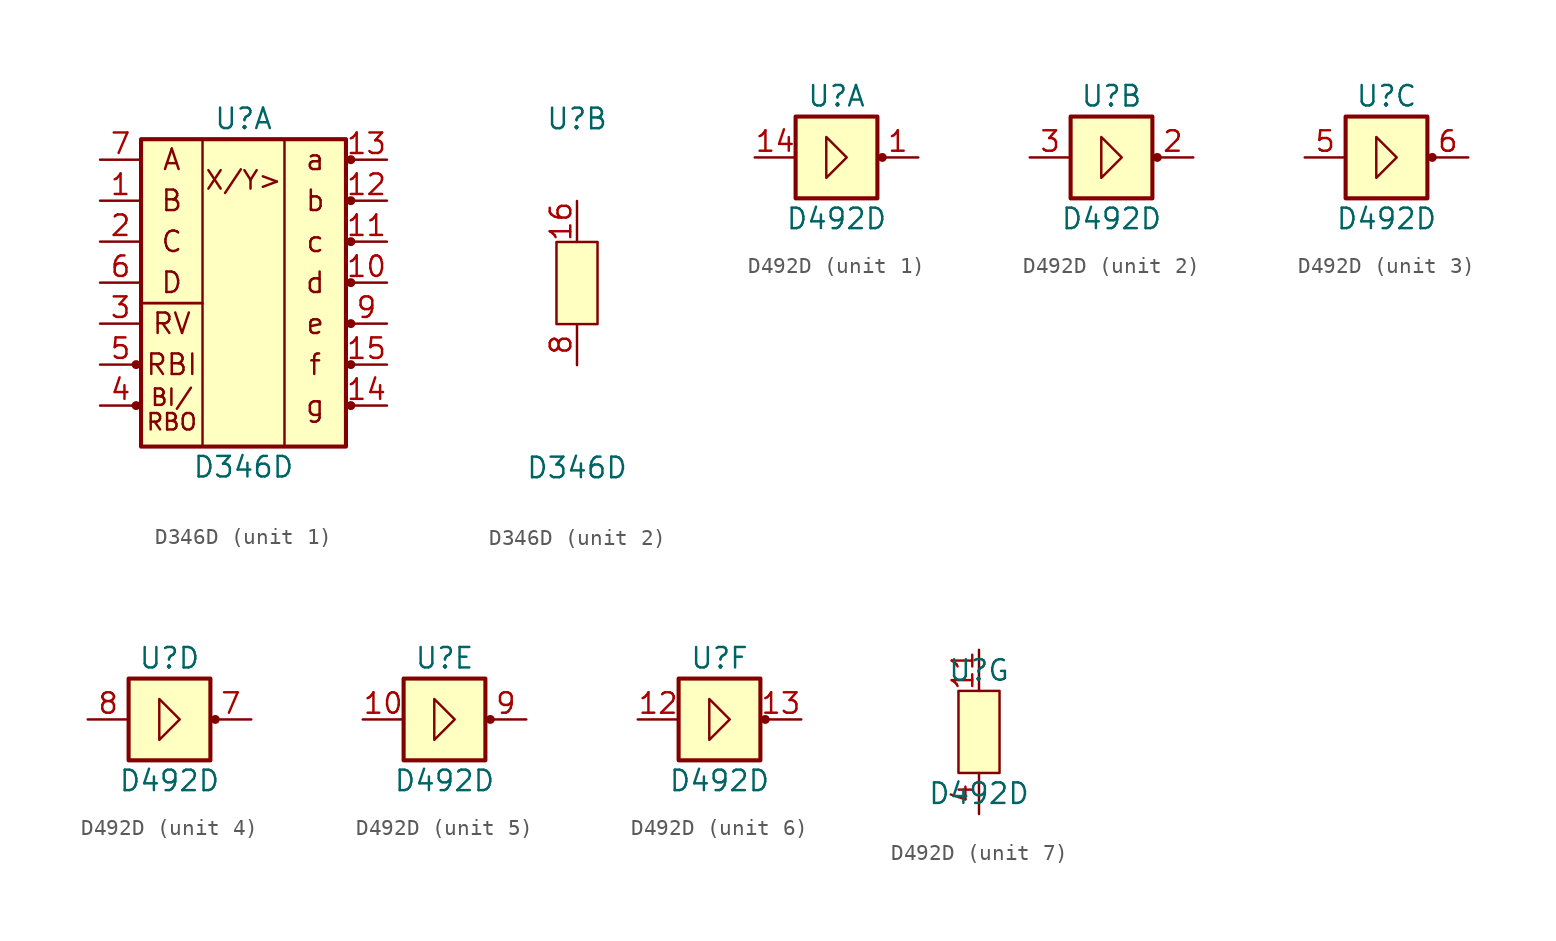
<source format=kicad_sym>
(kicad_symbol_lib
  (version 20211014)
  (generator kicad_symbol_editor)
  (symbol "D346D"
    (pin_names
      (offset 1.016) hide)
    (property "Reference" "U"
      (at 0 10.16 0)
      (effects (font (size 1.27 1.27))))
    (property "Value" "D346D"
      (at 0 -11.43 0)
      (effects (font (size 1.27 1.27))))
    (property "ki_locked" ""
      (at 0 0 0)
      (effects (font (size 1.27 1.27))))
    (symbol "D346D_1_1"
      (circle (center -6.655 -7.62) (radius 0.203) (stroke (width 0) (type default) (color 0 0 0 0)) (fill (type outline)))
      (circle (center -6.655 -5.08) (radius 0.203) (stroke (width 0) (type default) (color 0 0 0 0)) (fill (type outline)))
      (rectangle (start -6.35 -1.27) (end -2.54 -10.16) (stroke (width 0) (type default) (color 0 0 0 0)) (fill (type none)))
      (rectangle (start -6.35 8.89) (end -2.54 -1.27) (stroke (width 0) (type default) (color 0 0 0 0)) (fill (type none)))
      (rectangle (start -6.35 8.89) (end 6.35 -10.16) (stroke (width 0.254) (type default) (color 0 0 0 0)) (fill (type background)))
      (rectangle (start 2.54 8.89) (end 6.35 -10.16) (stroke (width 0) (type default) (color 0 0 0 0)) (fill (type none)))
      (circle (center 6.655 -7.62) (radius 0.203) (stroke (width 0) (type default) (color 0 0 0 0)) (fill (type outline)))
      (circle (center 6.655 -5.08) (radius 0.203) (stroke (width 0) (type default) (color 0 0 0 0)) (fill (type outline)))
      (circle (center 6.655 -2.54) (radius 0.203) (stroke (width 0) (type default) (color 0 0 0 0)) (fill (type outline)))
      (circle (center 6.655 0) (radius 0.203) (stroke (width 0) (type default) (color 0 0 0 0)) (fill (type outline)))
      (circle (center 6.655 2.54) (radius 0.203) (stroke (width 0) (type default) (color 0 0 0 0)) (fill (type outline)))
      (circle (center 6.655 5.08) (radius 0.203) (stroke (width 0) (type default) (color 0 0 0 0)) (fill (type outline)))
      (circle (center 6.655 7.62) (radius 0.203) (stroke (width 0) (type default) (color 0 0 0 0)) (fill (type outline)))
      (text "A" (at -4.445 7.62 0) (effects (font (size 1.27 1.27))))
      (text "a" (at 4.445 7.62 0) (effects (font (size 1.27 1.27))))
      (text "B" (at -4.445 5.08 0) (effects (font (size 1.27 1.27))))
      (text "b" (at 4.445 5.08 0) (effects (font (size 1.27 1.27))))
      (text "BI/" (at -4.445 -7.112 0) (effects (font (size 1.016 1.016))))
      (text "C" (at -4.445 2.54 0) (effects (font (size 1.27 1.27))))
      (text "c" (at 4.445 2.54 0) (effects (font (size 1.27 1.27))))
      (text "D" (at -4.445 0 0) (effects (font (size 1.27 1.27))))
      (text "d" (at 4.445 0 0) (effects (font (size 1.27 1.27))))
      (text "e" (at 4.445 -2.54 0) (effects (font (size 1.27 1.27))))
      (text "f" (at 4.445 -5.08 0) (effects (font (size 1.27 1.27))))
      (text "g" (at 4.445 -7.62 0) (effects (font (size 1.27 1.27))))
      (text "RBI" (at -4.445 -5.08 0) (effects (font (size 1.27 1.27))))
      (text "RBO" (at -4.445 -8.636 0) (effects (font (size 1.016 1.016))))
      (text "RV" (at -4.445 -2.54 0) (effects (font (size 1.27 1.27))))
      (text "X/Y>" (at 0 6.35 0) (effects (font (size 1.143 1.143))))
      (pin input line (at -8.89 5.08 0) (length 2.54) (name "B" (effects (font (size 1.27 1.27)))) (number "1" (effects (font (size 1.27 1.27)))))
      (pin output line (at 8.89 0 180) (length 2.54) (name "d" (effects (font (size 1.27 1.27)))) (number "10" (effects (font (size 1.27 1.27)))))
      (pin output line (at 8.89 2.54 180) (length 2.54) (name "c" (effects (font (size 1.27 1.27)))) (number "11" (effects (font (size 1.27 1.27)))))
      (pin output line (at 8.89 5.08 180) (length 2.54) (name "b" (effects (font (size 1.27 1.27)))) (number "12" (effects (font (size 1.27 1.27)))))
      (pin output line (at 8.89 7.62 180) (length 2.54) (name "a" (effects (font (size 1.27 1.27)))) (number "13" (effects (font (size 1.27 1.27)))))
      (pin output line (at 8.89 -7.62 180) (length 2.54) (name "g" (effects (font (size 1.27 1.27)))) (number "14" (effects (font (size 1.27 1.27)))))
      (pin output line (at 8.89 -5.08 180) (length 2.54) (name "f" (effects (font (size 1.27 1.27)))) (number "15" (effects (font (size 1.27 1.27)))))
      (pin input line (at -8.89 2.54 0) (length 2.54) (name "C" (effects (font (size 1.27 1.27)))) (number "2" (effects (font (size 1.27 1.27)))))
      (pin passive line (at -8.89 -2.54 0) (length 2.54) (name "RV" (effects (font (size 1.27 1.27)))) (number "3" (effects (font (size 1.27 1.27)))))
      (pin bidirectional line (at -8.89 -7.62 0) (length 2.54) (name "BI/RBO" (effects (font (size 1.27 1.27)))) (number "4" (effects (font (size 1.27 1.27)))))
      (pin input line (at -8.89 -5.08 0) (length 2.54) (name "RBI" (effects (font (size 1.27 1.27)))) (number "5" (effects (font (size 1.27 1.27)))))
      (pin input line (at -8.89 0 0) (length 2.54) (name "D" (effects (font (size 1.27 1.27)))) (number "6" (effects (font (size 1.27 1.27)))))
      (pin input line (at -8.89 7.62 0) (length 2.54) (name "A" (effects (font (size 1.27 1.27)))) (number "7" (effects (font (size 1.27 1.27)))))
      (pin output line (at 8.89 -2.54 180) (length 2.54) (name "e" (effects (font (size 1.27 1.27)))) (number "9" (effects (font (size 1.27 1.27))))))
    (symbol "D346D_2_1"
      (rectangle (start -1.27 2.54) (end 1.27 -2.54) (stroke (width 0) (type default) (color 0 0 0 0)) (fill (type background)))
      (pin power_in line (at 0 5.08 270) (length 2.54) (name "Vcc" (effects (font (size 1.27 1.27)))) (number "16" (effects (font (size 1.27 1.27)))))
      (pin power_in line (at 0 -5.08 90) (length 2.54) (name "GND" (effects (font (size 1.27 1.27)))) (number "8" (effects (font (size 1.27 1.27)))))))
  (symbol "D492D"
    (pin_names
      (offset 1.016) hide)
    (property "Reference" "U"
      (at 0 3.81 0)
      (effects (font (size 1.27 1.27))))
    (property "Value" "D492D"
      (at 0 -3.81 0)
      (effects (font (size 1.27 1.27))))
    (property "ki_locked" ""
      (at 0 0 0)
      (effects (font (size 1.27 1.27))))
    (symbol "D492D_1_0"
      (pin output line (at 5.08 0 180) (length 2.54) (name "Y1" (effects (font (size 1.27 1.27)))) (number "1" (effects (font (size 1.27 1.27))))))
    (symbol "D492D_1_1"
      (rectangle (start -2.54 2.54) (end 2.54 -2.54) (stroke (width 0.254) (type default) (color 0 0 0 0)) (fill (type background)))
      (polyline (pts (xy -0.635 1.27) (xy 0.635 0) (xy -0.635 -1.27) (xy -0.635 1.27)) (stroke (width 0) (type default) (color 0 0 0 0)) (fill (type none)))
      (circle (center 2.845 0) (radius 0.203) (stroke (width 0) (type default) (color 0 0 0 0)) (fill (type outline)))
      (pin input line (at -5.08 0 0) (length 2.54) (name "A1" (effects (font (size 1.27 1.27)))) (number "14" (effects (font (size 1.27 1.27))))))
    (symbol "D492D_2_1"
      (rectangle (start -2.54 2.54) (end 2.54 -2.54) (stroke (width 0.254) (type default) (color 0 0 0 0)) (fill (type background)))
      (polyline (pts (xy -0.635 1.27) (xy 0.635 0) (xy -0.635 -1.27) (xy -0.635 1.27)) (stroke (width 0) (type default) (color 0 0 0 0)) (fill (type none)))
      (circle (center 2.845 0) (radius 0.203) (stroke (width 0) (type default) (color 0 0 0 0)) (fill (type outline)))
      (pin output line (at 5.08 0 180) (length 2.54) (name "Y2" (effects (font (size 1.27 1.27)))) (number "2" (effects (font (size 1.27 1.27)))))
      (pin input line (at -5.08 0 0) (length 2.54) (name "A2" (effects (font (size 1.27 1.27)))) (number "3" (effects (font (size 1.27 1.27))))))
    (symbol "D492D_3_1"
      (rectangle (start -2.54 2.54) (end 2.54 -2.54) (stroke (width 0.254) (type default) (color 0 0 0 0)) (fill (type background)))
      (polyline (pts (xy -0.635 1.27) (xy 0.635 0) (xy -0.635 -1.27) (xy -0.635 1.27)) (stroke (width 0) (type default) (color 0 0 0 0)) (fill (type none)))
      (circle (center 2.845 0) (radius 0.203) (stroke (width 0) (type default) (color 0 0 0 0)) (fill (type outline)))
      (pin input line (at -5.08 0 0) (length 2.54) (name "A3" (effects (font (size 1.27 1.27)))) (number "5" (effects (font (size 1.27 1.27)))))
      (pin output line (at 5.08 0 180) (length 2.54) (name "Y3" (effects (font (size 1.27 1.27)))) (number "6" (effects (font (size 1.27 1.27))))))
    (symbol "D492D_4_1"
      (rectangle (start -2.54 2.54) (end 2.54 -2.54) (stroke (width 0.254) (type default) (color 0 0 0 0)) (fill (type background)))
      (polyline (pts (xy -0.635 1.27) (xy 0.635 0) (xy -0.635 -1.27) (xy -0.635 1.27)) (stroke (width 0) (type default) (color 0 0 0 0)) (fill (type none)))
      (circle (center 2.845 0) (radius 0.203) (stroke (width 0) (type default) (color 0 0 0 0)) (fill (type outline)))
      (pin output line (at 5.08 0 180) (length 2.54) (name "Y4" (effects (font (size 1.27 1.27)))) (number "7" (effects (font (size 1.27 1.27)))))
      (pin input line (at -5.08 0 0) (length 2.54) (name "A4" (effects (font (size 1.27 1.27)))) (number "8" (effects (font (size 1.27 1.27))))))
    (symbol "D492D_5_1"
      (rectangle (start -2.54 2.54) (end 2.54 -2.54) (stroke (width 0.254) (type default) (color 0 0 0 0)) (fill (type background)))
      (polyline (pts (xy -0.635 1.27) (xy 0.635 0) (xy -0.635 -1.27) (xy -0.635 1.27)) (stroke (width 0) (type default) (color 0 0 0 0)) (fill (type none)))
      (circle (center 2.845 0) (radius 0.203) (stroke (width 0) (type default) (color 0 0 0 0)) (fill (type outline)))
      (pin input line (at -5.08 0 0) (length 2.54) (name "A5" (effects (font (size 1.27 1.27)))) (number "10" (effects (font (size 1.27 1.27)))))
      (pin output line (at 5.08 0 180) (length 2.54) (name "Y5" (effects (font (size 1.27 1.27)))) (number "9" (effects (font (size 1.27 1.27))))))
    (symbol "D492D_6_1"
      (rectangle (start -2.54 2.54) (end 2.54 -2.54) (stroke (width 0.254) (type default) (color 0 0 0 0)) (fill (type background)))
      (polyline (pts (xy -0.635 1.27) (xy 0.635 0) (xy -0.635 -1.27) (xy -0.635 1.27)) (stroke (width 0) (type default) (color 0 0 0 0)) (fill (type none)))
      (circle (center 2.845 0) (radius 0.203) (stroke (width 0) (type default) (color 0 0 0 0)) (fill (type outline)))
      (pin input line (at -5.08 0 0) (length 2.54) (name "A6" (effects (font (size 1.27 1.27)))) (number "12" (effects (font (size 1.27 1.27)))))
      (pin output line (at 5.08 0 180) (length 2.54) (name "Y6" (effects (font (size 1.27 1.27)))) (number "13" (effects (font (size 1.27 1.27))))))
    (symbol "D492D_7_1"
      (rectangle (start -1.27 2.54) (end 1.27 -2.54) (stroke (width 0) (type default) (color 0 0 0 0)) (fill (type background)))
      (pin power_in line (at 0 5.08 270) (length 2.54) (name "Vcc" (effects (font (size 1.27 1.27)))) (number "11" (effects (font (size 1.27 1.27)))))
      (pin power_in line (at 0 -5.08 90) (length 2.54) (name "GND" (effects (font (size 1.27 1.27)))) (number "4" (effects (font (size 1.27 1.27))))))))
</source>
